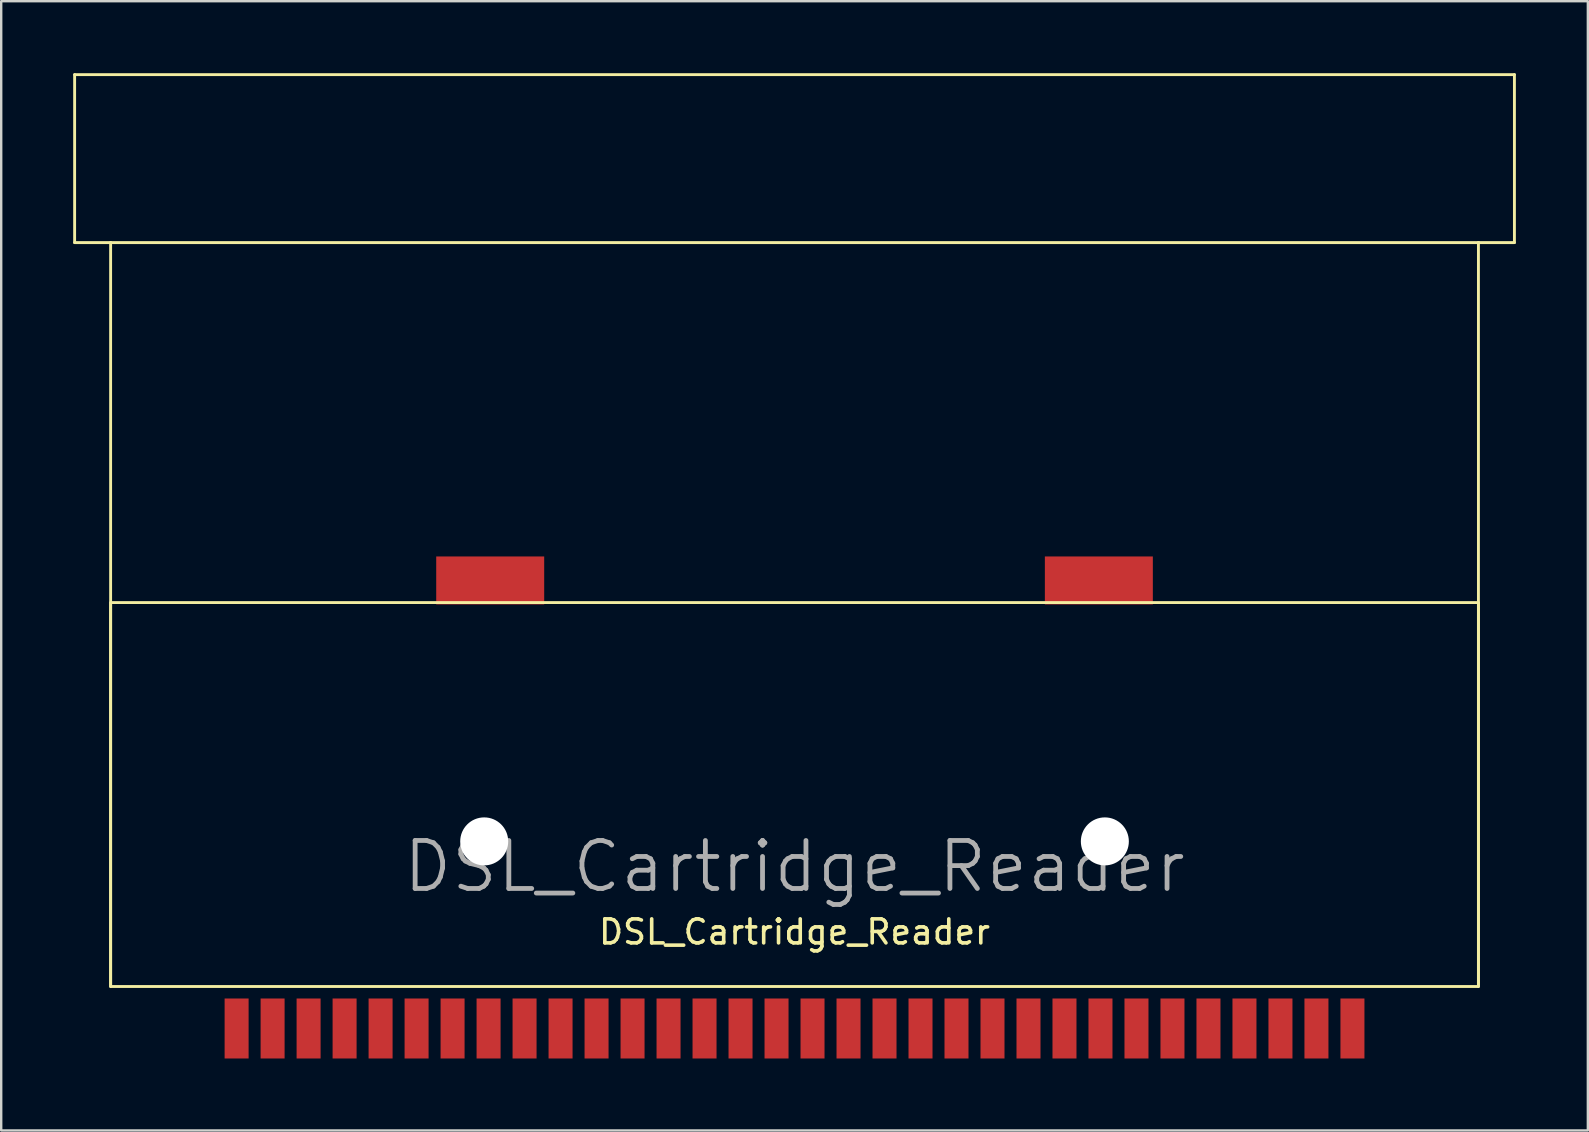
<source format=kicad_pcb>
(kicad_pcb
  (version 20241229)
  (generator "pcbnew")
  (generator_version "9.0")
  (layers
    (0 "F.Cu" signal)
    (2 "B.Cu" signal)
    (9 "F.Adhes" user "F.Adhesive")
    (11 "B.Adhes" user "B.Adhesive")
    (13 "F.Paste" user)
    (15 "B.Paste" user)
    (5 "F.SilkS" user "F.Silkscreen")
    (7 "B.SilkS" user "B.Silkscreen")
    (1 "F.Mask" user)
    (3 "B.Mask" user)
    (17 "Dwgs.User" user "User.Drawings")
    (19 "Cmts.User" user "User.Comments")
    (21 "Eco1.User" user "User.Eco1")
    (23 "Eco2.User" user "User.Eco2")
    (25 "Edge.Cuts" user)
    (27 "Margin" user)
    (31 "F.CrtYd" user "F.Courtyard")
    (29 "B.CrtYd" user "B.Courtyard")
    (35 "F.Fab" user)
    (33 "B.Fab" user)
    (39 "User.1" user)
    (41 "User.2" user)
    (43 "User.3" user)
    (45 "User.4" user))
  (footprint "DSL_Cartridge_Reader"
    (layer "F.Cu")
    (at 30.06 34.06)
    (property "Reference" "DSL_Cartridge_Reader" (at 0 1.727 180) (layer "F.SilkS") (effects (font (size 1 1) (thickness 0.15))))
    (attr smd)
    (fp_line (start -30 -34) (end 30 -34) (stroke (width 0.12) (type solid)) (layer "F.SilkS"))
    (fp_line (start -30 -27) (end -30 -34) (stroke (width 0.12) (type solid)) (layer "F.SilkS"))
    (fp_line (start -28.5 -27) (end -30 -27) (stroke (width 0.12) (type solid)) (layer "F.SilkS"))
    (fp_line (start -28.5 -27) (end 28.5 -27) (stroke (width 0.12) (type solid)) (layer "F.SilkS"))
    (fp_line (start -28.5 4) (end -28.5 -27) (stroke (width 0.12) (type solid)) (layer "F.SilkS"))
    (fp_line (start 28.5 -27) (end 28.5 4) (stroke (width 0.12) (type solid)) (layer "F.SilkS"))
    (fp_line (start 30 -34) (end 30 -27) (stroke (width 0.12) (type solid)) (layer "F.SilkS"))
    (fp_line (start 30 -27) (end 28.5 -27) (stroke (width 0.12) (type solid)) (layer "F.SilkS"))
    (fp_rect (start -28.5 4) (end 28.5 -12) (stroke (width 0.12) (type solid)) (fill no) (layer "F.SilkS"))
    (fp_text user "${REFERENCE}" (at 0 -1 0) (layer "F.Fab") (effects (font (size 2 2) (thickness 0.2))))
    (pad "" np_thru_hole circle (at -12.932 -2.047) (size 2 2) (drill 2) (layers "*.Cu" "*.Mask"))
    (pad "" np_thru_hole circle (at 12.932 -2.047) (size 2 2) (drill 2) (layers "*.Cu" "*.Mask"))
    (pad "1" smd rect (at -23.25 5.75) (size 1 2.5) (layers "F.Cu" "F.Mask" "F.Paste"))
    (pad "2" smd rect (at -21.75 5.75) (size 1 2.5) (layers "F.Cu" "F.Mask" "F.Paste"))
    (pad "3" smd rect (at -20.25 5.75) (size 1 2.5) (layers "F.Cu" "F.Mask" "F.Paste"))
    (pad "4" smd rect (at -18.75 5.75) (size 1 2.5) (layers "F.Cu" "F.Mask" "F.Paste"))
    (pad "5" smd rect (at -17.25 5.75) (size 1 2.5) (layers "F.Cu" "F.Mask" "F.Paste"))
    (pad "6" smd rect (at -15.75 5.75) (size 1 2.5) (layers "F.Cu" "F.Mask" "F.Paste"))
    (pad "7" smd rect (at -14.25 5.75) (size 1 2.5) (layers "F.Cu" "F.Mask" "F.Paste"))
    (pad "8" smd rect (at -12.75 5.75) (size 1 2.5) (layers "F.Cu" "F.Mask" "F.Paste"))
    (pad "9" smd rect (at -11.25 5.75) (size 1 2.5) (layers "F.Cu" "F.Mask" "F.Paste"))
    (pad "10" smd rect (at -9.75 5.75) (size 1 2.5) (layers "F.Cu" "F.Mask" "F.Paste"))
    (pad "11" smd rect (at -8.25 5.75) (size 1 2.5) (layers "F.Cu" "F.Mask" "F.Paste"))
    (pad "12" smd rect (at -6.75 5.75) (size 1 2.5) (layers "F.Cu" "F.Mask" "F.Paste"))
    (pad "13" smd rect (at -5.25 5.75) (size 1 2.5) (layers "F.Cu" "F.Mask" "F.Paste"))
    (pad "14" smd rect (at -3.75 5.75) (size 1 2.5) (layers "F.Cu" "F.Mask" "F.Paste"))
    (pad "15" smd rect (at -2.25 5.75) (size 1 2.5) (layers "F.Cu" "F.Mask" "F.Paste"))
    (pad "16" smd rect (at -0.75 5.75) (size 1 2.5) (layers "F.Cu" "F.Mask" "F.Paste"))
    (pad "17" smd rect (at 0.75 5.75) (size 1 2.5) (layers "F.Cu" "F.Mask" "F.Paste"))
    (pad "18" smd rect (at 2.25 5.75) (size 1 2.5) (layers "F.Cu" "F.Mask" "F.Paste"))
    (pad "19" smd rect (at 3.75 5.75) (size 1 2.5) (layers "F.Cu" "F.Mask" "F.Paste"))
    (pad "20" smd rect (at 5.25 5.75) (size 1 2.5) (layers "F.Cu" "F.Mask" "F.Paste"))
    (pad "21" smd rect (at 6.75 5.75) (size 1 2.5) (layers "F.Cu" "F.Mask" "F.Paste"))
    (pad "22" smd rect (at 8.25 5.75) (size 1 2.5) (layers "F.Cu" "F.Mask" "F.Paste"))
    (pad "23" smd rect (at 9.75 5.75) (size 1 2.5) (layers "F.Cu" "F.Mask" "F.Paste"))
    (pad "24" smd rect (at 11.25 5.75) (size 1 2.5) (layers "F.Cu" "F.Mask" "F.Paste"))
    (pad "25" smd rect (at 12.75 5.75) (size 1 2.5) (layers "F.Cu" "F.Mask" "F.Paste"))
    (pad "26" smd rect (at 14.25 5.75) (size 1 2.5) (layers "F.Cu" "F.Mask" "F.Paste"))
    (pad "27" smd rect (at 15.75 5.75) (size 1 2.5) (layers "F.Cu" "F.Mask" "F.Paste"))
    (pad "28" smd rect (at 17.25 5.75) (size 1 2.5) (layers "F.Cu" "F.Mask" "F.Paste"))
    (pad "29" smd rect (at 18.75 5.75) (size 1 2.5) (layers "F.Cu" "F.Mask" "F.Paste"))
    (pad "30" smd rect (at 20.25 5.75) (size 1 2.5) (layers "F.Cu" "F.Mask" "F.Paste"))
    (pad "31" smd rect (at 21.75 5.75) (size 1 2.5) (layers "F.Cu" "F.Mask" "F.Paste"))
    (pad "32" smd rect (at 23.25 5.75) (size 1 2.5) (layers "F.Cu" "F.Mask" "F.Paste"))
    (pad "GND" smd rect (at -12.682 -12.921) (size 4.5 2) (layers "F.Cu" "F.Mask" "F.Paste"))
    (pad "GND" smd rect (at 12.682 -12.921) (size 4.5 2) (layers "F.Cu" "F.Mask" "F.Paste")))
  (gr_rect
    (start -3 -3)
    (end 63.12 44.06)
    (stroke (width 0.1) (type default))
    (fill no)
    (layer "Edge.Cuts")))
</source>
